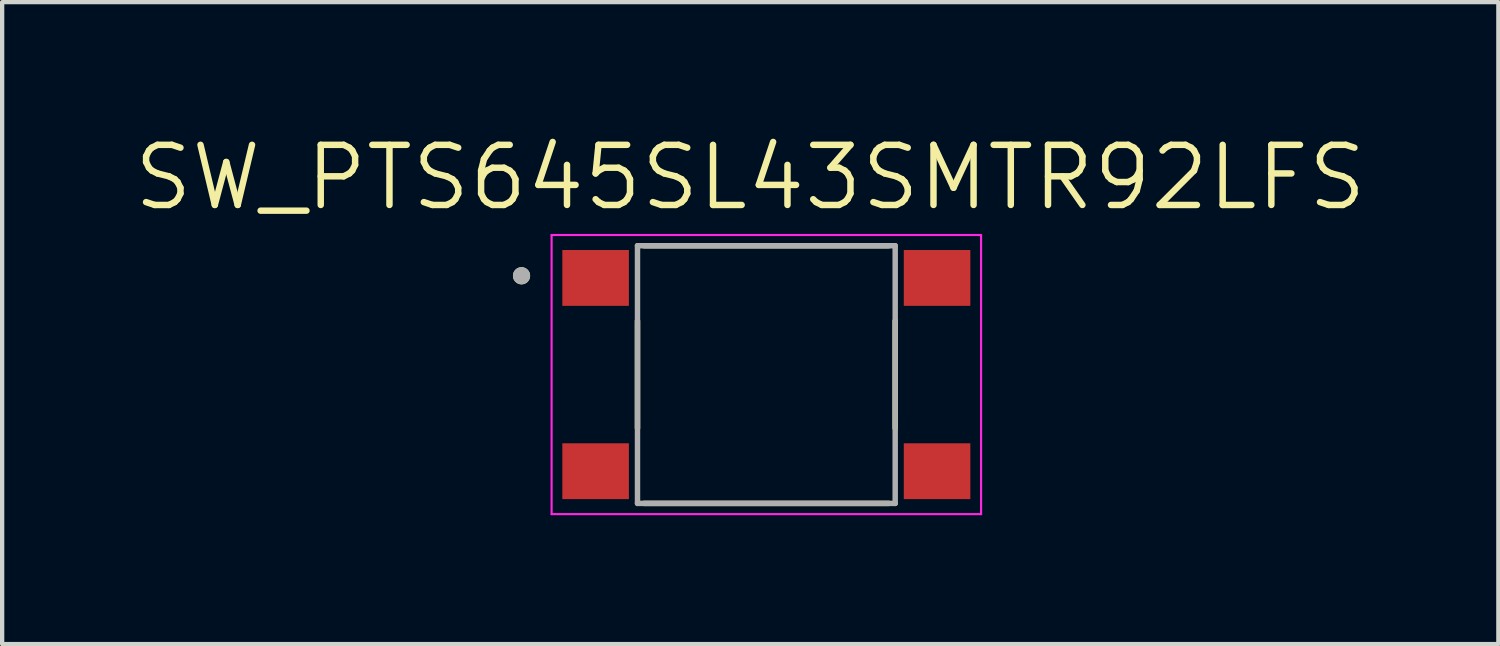
<source format=kicad_pcb>
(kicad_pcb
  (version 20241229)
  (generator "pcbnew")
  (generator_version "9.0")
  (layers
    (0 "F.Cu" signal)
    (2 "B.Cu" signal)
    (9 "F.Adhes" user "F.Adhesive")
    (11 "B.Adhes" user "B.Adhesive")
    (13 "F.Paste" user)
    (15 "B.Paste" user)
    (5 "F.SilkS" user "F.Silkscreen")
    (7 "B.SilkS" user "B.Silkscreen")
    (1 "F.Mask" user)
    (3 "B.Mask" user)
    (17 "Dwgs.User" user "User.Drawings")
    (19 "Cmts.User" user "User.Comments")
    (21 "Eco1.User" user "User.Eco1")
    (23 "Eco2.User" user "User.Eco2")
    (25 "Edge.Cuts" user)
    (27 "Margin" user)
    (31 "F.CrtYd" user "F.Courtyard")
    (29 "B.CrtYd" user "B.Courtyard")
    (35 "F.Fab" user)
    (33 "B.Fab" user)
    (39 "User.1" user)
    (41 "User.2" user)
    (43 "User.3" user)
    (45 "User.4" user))
  (footprint "SW_PTS645SL43SMTR92LFS"
    (layer "F.Cu")
    (at 14.793 5.671)
    (property "Reference" "SW_PTS645SL43SMTR92LFS" (at -0.375 -4.589 0) (layer "F.SilkS") (effects (font (size 1.4 1.4) (thickness 0.15))))
    (attr smd)
    (fp_line (start -3 -1.25) (end -3 1.25) (stroke (width 0.127) (type solid)) (layer "F.SilkS"))
    (fp_line (start -2.85 -3) (end 2.85 -3) (stroke (width 0.127) (type solid)) (layer "F.SilkS"))
    (fp_line (start -2.85 3) (end 2.85 3) (stroke (width 0.127) (type solid)) (layer "F.SilkS"))
    (fp_line (start 3 -1.25) (end 3 1.25) (stroke (width 0.127) (type solid)) (layer "F.SilkS"))
    (fp_circle (center -5.7 -2.3) (end -5.6 -2.3) (stroke (width 0.2) (type solid)) (fill no) (layer "F.SilkS"))
    (fp_line (start -5 -3.25) (end 5 -3.25) (stroke (width 0.05) (type solid)) (layer "F.CrtYd"))
    (fp_line (start -5 3.25) (end -5 -3.25) (stroke (width 0.05) (type solid)) (layer "F.CrtYd"))
    (fp_line (start 5 -3.25) (end 5 3.25) (stroke (width 0.05) (type solid)) (layer "F.CrtYd"))
    (fp_line (start 5 3.25) (end -5 3.25) (stroke (width 0.05) (type solid)) (layer "F.CrtYd"))
    (fp_line (start -3 -3) (end 3 -3) (stroke (width 0.127) (type solid)) (layer "F.Fab"))
    (fp_line (start -3 3) (end -3 -3) (stroke (width 0.127) (type solid)) (layer "F.Fab"))
    (fp_line (start 3 -3) (end 3 3) (stroke (width 0.127) (type solid)) (layer "F.Fab"))
    (fp_line (start 3 3) (end -3 3) (stroke (width 0.127) (type solid)) (layer "F.Fab"))
    (fp_circle (center -5.7 -2.3) (end -5.6 -2.3) (stroke (width 0.2) (type solid)) (fill no) (layer "F.Fab"))
    (pad "1" smd rect (at -3.975 -2.25) (size 1.55 1.3) (layers "F.Cu" "F.Mask" "F.Paste"))
    (pad "2" smd rect (at 3.975 -2.25) (size 1.55 1.3) (layers "F.Cu" "F.Mask" "F.Paste"))
    (pad "3" smd rect (at -3.975 2.25) (size 1.55 1.3) (layers "F.Cu" "F.Mask" "F.Paste"))
    (pad "4" smd rect (at 3.975 2.25) (size 1.55 1.3) (layers "F.Cu" "F.Mask" "F.Paste")))
  (gr_rect
    (start -3 -3)
    (end 31.837 11.946)
    (stroke (width 0.1) (type default))
    (fill no)
    (layer "Edge.Cuts")))
</source>
